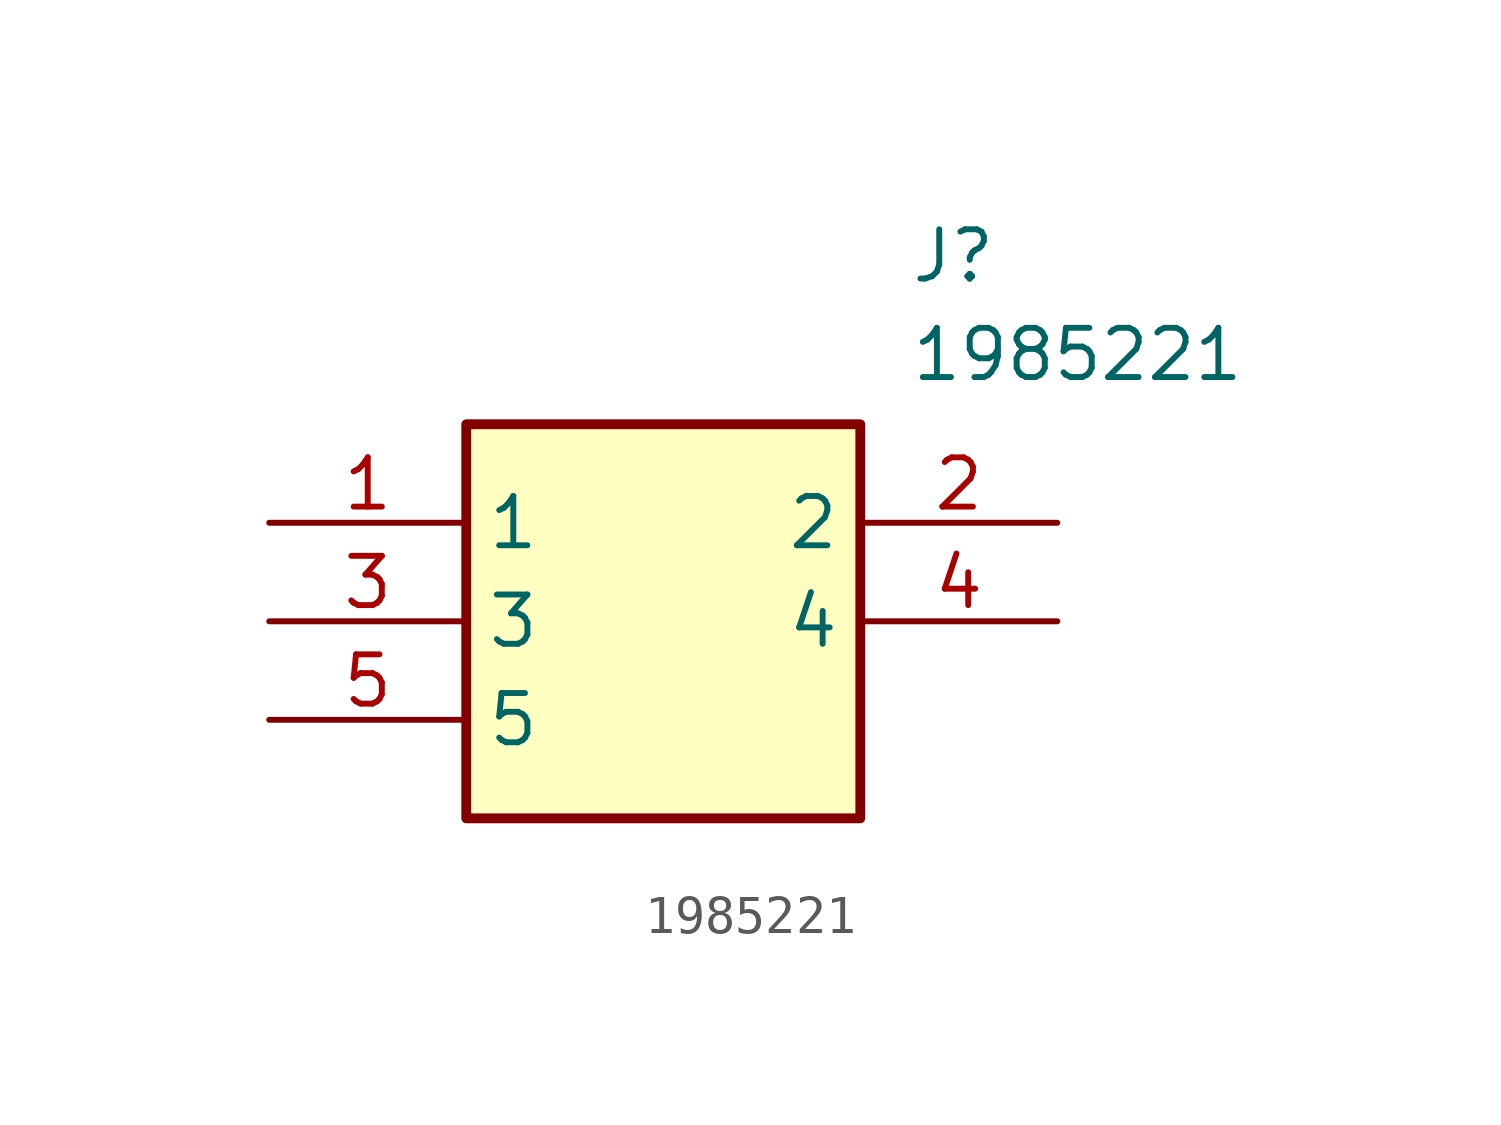
<source format=kicad_sym>
(kicad_symbol_lib
  (version 20211014)
  (generator SamacSys_ECAD_Model)
  (symbol "1985221"
    (property "Reference" "J"
      (at 16.51 7.62 0)
      (effects (font (size 1.27 1.27)) (justify left top)))
    (property "Value" "1985221"
      (at 16.51 5.08 0)
      (effects (font (size 1.27 1.27)) (justify left top)))
    (rectangle
      (start 5.08 2.54)
      (end 15.24 -7.62)
      (stroke (width 0.254) (type default))
      (fill (type background)))
    (pin passive line
      (at 0 0 0)
      (length 5.08)
      (name "1" (effects (font (size 1.27 1.27))))
      (number "1" (effects (font (size 1.27 1.27)))))
    (pin passive line
      (at 20.32 0 180)
      (length 5.08)
      (name "2" (effects (font (size 1.27 1.27))))
      (number "2" (effects (font (size 1.27 1.27)))))
    (pin passive line
      (at 0 -2.54 0)
      (length 5.08)
      (name "3" (effects (font (size 1.27 1.27))))
      (number "3" (effects (font (size 1.27 1.27)))))
    (pin passive line
      (at 20.32 -2.54 180)
      (length 5.08)
      (name "4" (effects (font (size 1.27 1.27))))
      (number "4" (effects (font (size 1.27 1.27)))))
    (pin passive line
      (at 0 -5.08 0)
      (length 5.08)
      (name "5" (effects (font (size 1.27 1.27))))
      (number "5" (effects (font (size 1.27 1.27)))))))
</source>
